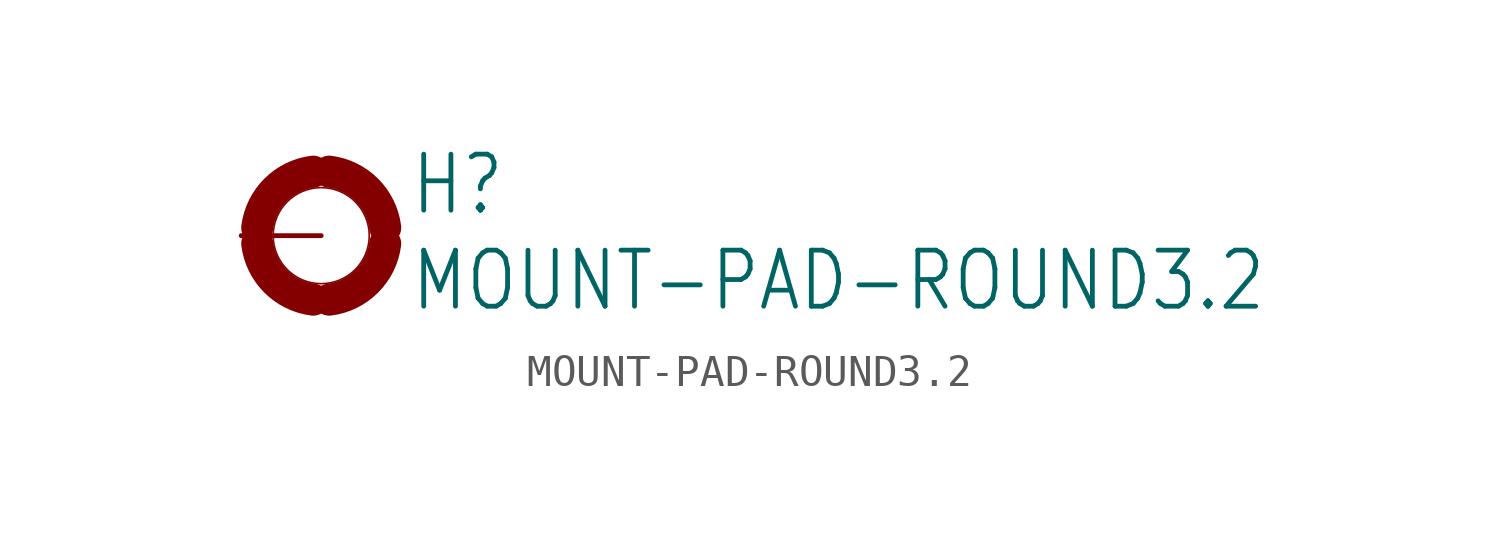
<source format=kicad_sym>
(kicad_symbol_lib
  (version 20211014)
  (generator kicad_symbol_editor)
  (symbol "MOUNT-PAD-ROUND3.2"
    (property "Reference" "H"
      (at 2.794 0.584 0)
      (effects (font (size 1.778 1.511)) (justify left bottom)))
    (property "Value" "MOUNT-PAD-ROUND3.2"
      (at 2.794 -2.464 0)
      (effects (font (size 1.778 1.511)) (justify left bottom)))
    (property "ki_locked" ""
      (at 0 0 0)
      (effects (font (size 1.27 1.27))))
    (symbol "MOUNT-PAD-ROUND3.2_1_0"
      (arc (start -2.032 -0.254) (mid -1.448 -1.448) (end -0.254 -2.032) (stroke (width 1.016) (type default) (color 0 0 0 0)) (fill (type none)))
      (arc (start -0.254 2.032) (mid -1.448 1.448) (end -2.032 0.254) (stroke (width 1.016) (type default) (color 0 0 0 0)) (fill (type none)))
      (circle (center 0 0) (radius 1.524) (stroke (width 0.051) (type default) (color 0 0 0 0)) (fill (type none)))
      (arc (start 0.254 -2.032) (mid 1.448 -1.448) (end 2.032 -0.254) (stroke (width 1.016) (type default) (color 0 0 0 0)) (fill (type none)))
      (arc (start 2.032 0.254) (mid 1.448 1.448) (end 0.254 2.032) (stroke (width 1.016) (type default) (color 0 0 0 0)) (fill (type none)))
      (pin passive line (at -2.54 0 0) (length 2.54) (name "MOUNT" (effects (font (size 0 0)))) (number "B3,2" (effects (font (size 0 0))))))))
</source>
